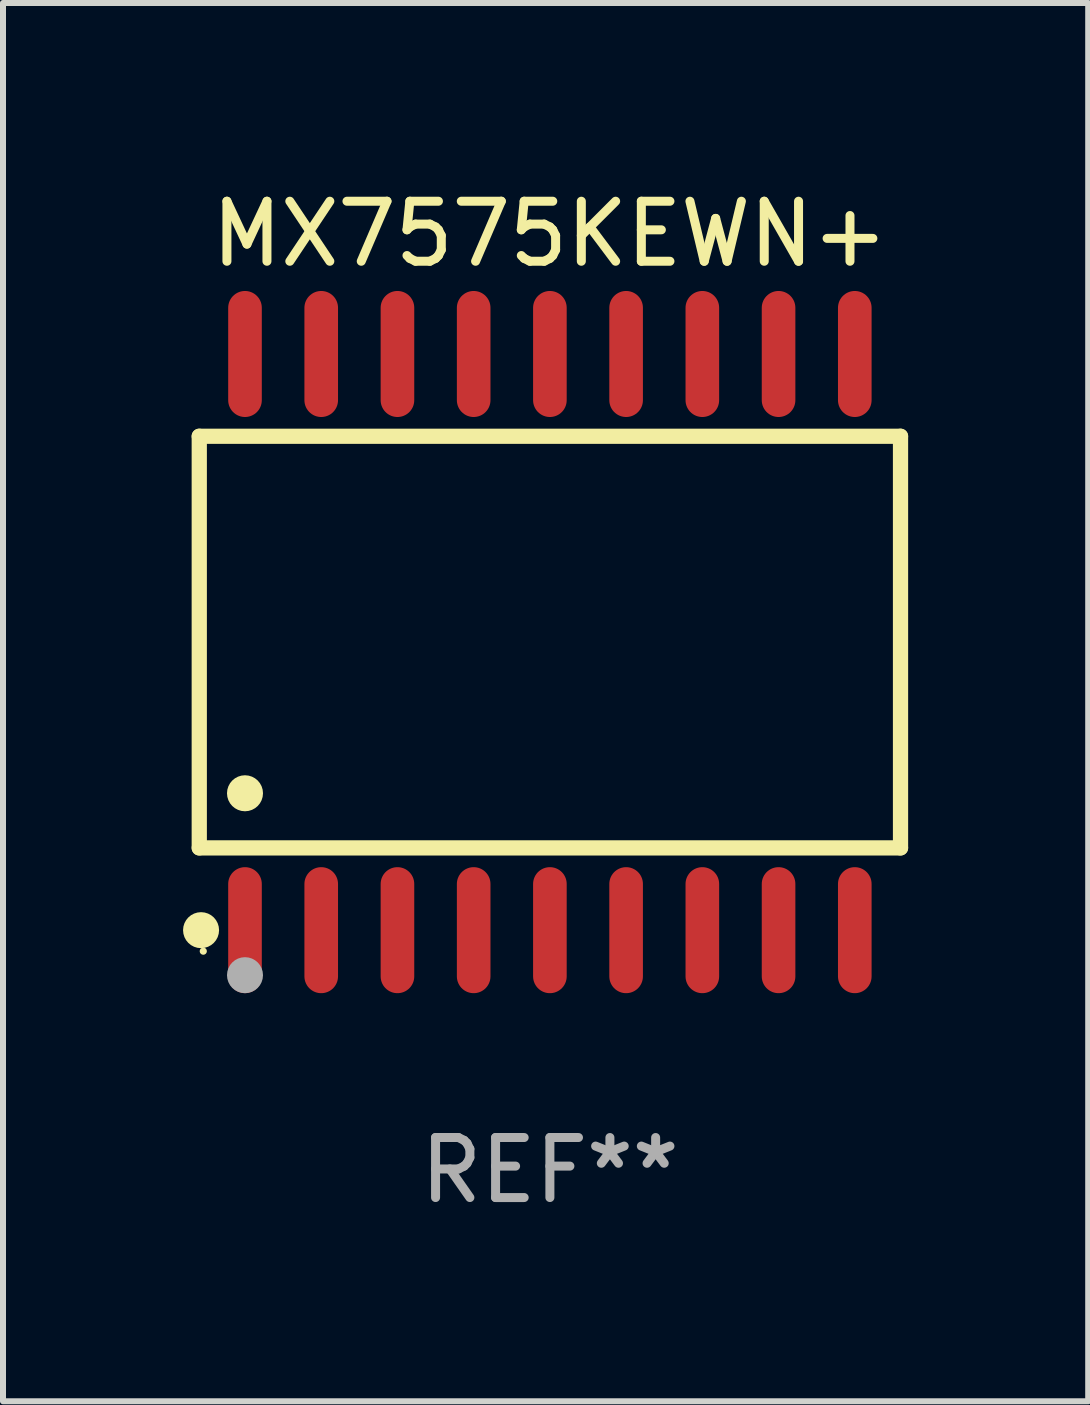
<source format=kicad_pcb>
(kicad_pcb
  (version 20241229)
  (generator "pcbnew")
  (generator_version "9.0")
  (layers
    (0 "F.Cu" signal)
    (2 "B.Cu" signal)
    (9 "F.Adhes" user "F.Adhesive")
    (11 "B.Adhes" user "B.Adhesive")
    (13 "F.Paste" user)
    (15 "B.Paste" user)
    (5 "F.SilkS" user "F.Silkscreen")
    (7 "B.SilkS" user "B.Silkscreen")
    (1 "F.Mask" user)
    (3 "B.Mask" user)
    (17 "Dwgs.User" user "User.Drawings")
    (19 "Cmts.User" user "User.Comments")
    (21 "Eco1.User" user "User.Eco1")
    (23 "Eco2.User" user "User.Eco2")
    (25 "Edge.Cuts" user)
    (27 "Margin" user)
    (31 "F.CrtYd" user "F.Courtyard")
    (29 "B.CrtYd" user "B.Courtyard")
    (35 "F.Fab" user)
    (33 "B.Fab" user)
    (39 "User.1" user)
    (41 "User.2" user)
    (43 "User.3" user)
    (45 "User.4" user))
  (footprint "MX7575KEWN+"
    (layer "F.Cu")
    (at 6.112 7.648)
    (property "Reference" "MX7575KEWN+" (at 0 -6.8 0) (layer "F.SilkS") (effects (font (size 1 1) (thickness 0.15))))
    (attr through_hole)
    (fp_line (start -5.842 -3.429) (end -5.842 3.429) (stroke (width 0.254) (type solid)) (layer "F.SilkS"))
    (fp_line (start -5.842 3.429) (end 5.842 3.429) (stroke (width 0.254) (type solid)) (layer "F.SilkS"))
    (fp_line (start 5.842 -3.429) (end -5.842 -3.429) (stroke (width 0.254) (type solid)) (layer "F.SilkS"))
    (fp_line (start 5.842 3.429) (end 5.842 -3.429) (stroke (width 0.254) (type solid)) (layer "F.SilkS"))
    (fp_circle (center -5.812 4.8) (end -5.662 4.8) (stroke (width 0.3) (type solid)) (fill no) (layer "F.SilkS"))
    (fp_circle (center -5.775 5.15) (end -5.745 5.15) (stroke (width 0.06) (type solid)) (fill no) (layer "F.SilkS"))
    (fp_circle (center -5.08 2.519) (end -4.93 2.519) (stroke (width 0.3) (type solid)) (fill no) (layer "F.SilkS"))
    (fp_circle (center -5.08 5.55) (end -4.93 5.55) (stroke (width 0.3) (type solid)) (fill no) (layer "F.Fab"))
    (fp_text user "REF**" (at 0 8.8 0) (layer "F.Fab") (effects (font (size 1 1) (thickness 0.15))))
    (pad "1" smd oval (at -5.08 4.8) (size 0.56 2.1) (layers "F.Cu" "F.Mask" "F.Paste"))
    (pad "2" smd oval (at -3.81 4.8) (size 0.56 2.1) (layers "F.Cu" "F.Mask" "F.Paste"))
    (pad "3" smd oval (at -2.54 4.8) (size 0.56 2.1) (layers "F.Cu" "F.Mask" "F.Paste"))
    (pad "4" smd oval (at -1.27 4.8) (size 0.56 2.1) (layers "F.Cu" "F.Mask" "F.Paste"))
    (pad "5" smd oval (at 0 4.8) (size 0.56 2.1) (layers "F.Cu" "F.Mask" "F.Paste"))
    (pad "6" smd oval (at 1.27 4.8) (size 0.56 2.1) (layers "F.Cu" "F.Mask" "F.Paste"))
    (pad "7" smd oval (at 2.54 4.8) (size 0.56 2.1) (layers "F.Cu" "F.Mask" "F.Paste"))
    (pad "8" smd oval (at 3.81 4.8) (size 0.56 2.1) (layers "F.Cu" "F.Mask" "F.Paste"))
    (pad "9" smd oval (at 5.08 4.8) (size 0.56 2.1) (layers "F.Cu" "F.Mask" "F.Paste"))
    (pad "10" smd oval (at 5.08 -4.8) (size 0.56 2.1) (layers "F.Cu" "F.Mask" "F.Paste"))
    (pad "11" smd oval (at 3.81 -4.8) (size 0.56 2.1) (layers "F.Cu" "F.Mask" "F.Paste"))
    (pad "12" smd oval (at 2.54 -4.8) (size 0.56 2.1) (layers "F.Cu" "F.Mask" "F.Paste"))
    (pad "13" smd oval (at 1.27 -4.8) (size 0.56 2.1) (layers "F.Cu" "F.Mask" "F.Paste"))
    (pad "14" smd oval (at 0 -4.8) (size 0.56 2.1) (layers "F.Cu" "F.Mask" "F.Paste"))
    (pad "15" smd oval (at -1.27 -4.8) (size 0.56 2.1) (layers "F.Cu" "F.Mask" "F.Paste"))
    (pad "16" smd oval (at -2.54 -4.8) (size 0.56 2.1) (layers "F.Cu" "F.Mask" "F.Paste"))
    (pad "17" smd oval (at -3.81 -4.8) (size 0.56 2.1) (layers "F.Cu" "F.Mask" "F.Paste"))
    (pad "18" smd oval (at -5.08 -4.8) (size 0.56 2.1) (layers "F.Cu" "F.Mask" "F.Paste")))
  (gr_rect
    (start -3 -3)
    (end 15.081 20.297)
    (stroke (width 0.1) (type default))
    (fill no)
    (layer "Edge.Cuts")))
</source>
